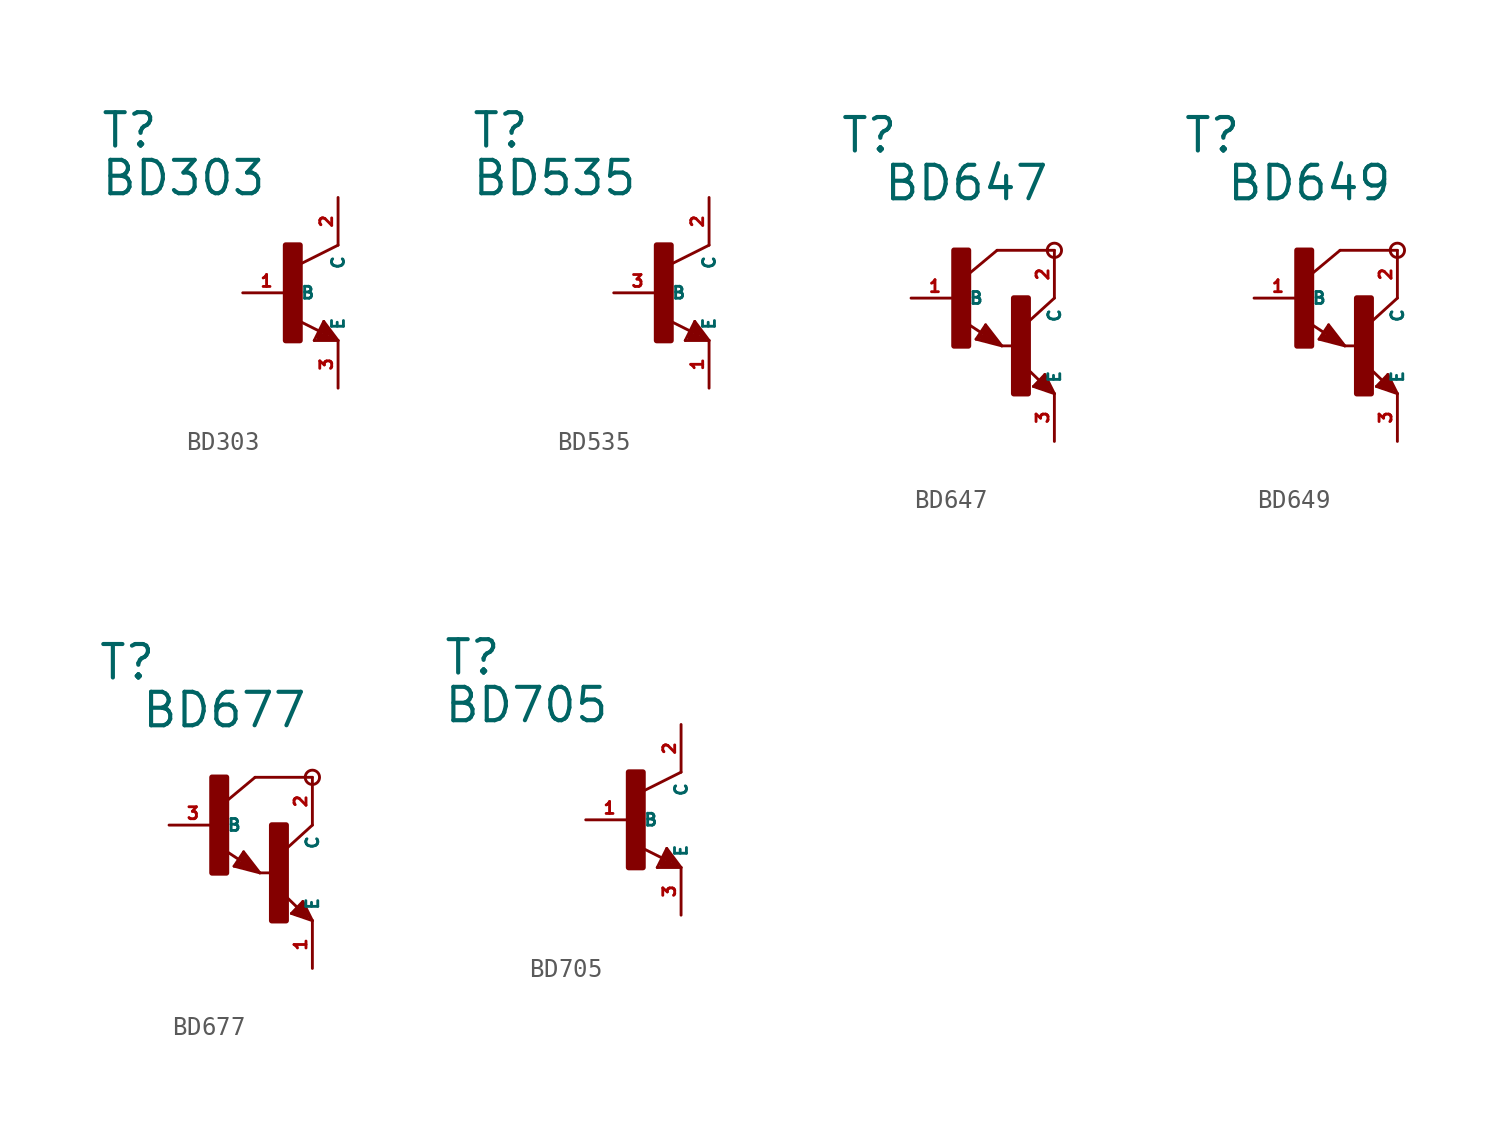
<source format=kicad_sym>
(kicad_symbol_lib
  (version 20220914)
  (generator Eagle2Kicad)
  (symbol "BD303"
    (property "Reference" "T"
      (at -10.16 7.62 0)
      (effects (font (size 1.778 1.778) (thickness 0.22)) (justify left bottom)))
    (property "Value" "BD303"
      (at -10.16 5.08 0)
      (effects (font (size 1.778 1.778) (thickness 0.22)) (justify left bottom)))
    (polyline
      (pts (xy 2.54 2.54) (xy 0.508 1.524))
      (stroke (width 0.152) (type default))
      (fill (type none)))
    (polyline
      (pts (xy 1.778 -1.524) (xy 2.54 -2.54))
      (stroke (width 0.152) (type default))
      (fill (type none)))
    (polyline
      (pts (xy 2.54 -2.54) (xy 1.27 -2.54))
      (stroke (width 0.152) (type default))
      (fill (type none)))
    (polyline
      (pts (xy 1.27 -2.54) (xy 1.778 -1.524))
      (stroke (width 0.152) (type default))
      (fill (type none)))
    (polyline
      (pts (xy 1.54 -2.04) (xy 0.308 -1.424))
      (stroke (width 0.152) (type default))
      (fill (type none)))
    (polyline
      (pts (xy 1.524 -2.413) (xy 2.286 -2.413))
      (stroke (width 0.254) (type default))
      (fill (type none)))
    (polyline
      (pts (xy 2.286 -2.413) (xy 1.778 -1.778))
      (stroke (width 0.254) (type default))
      (fill (type none)))
    (polyline
      (pts (xy 1.778 -1.778) (xy 1.524 -2.286))
      (stroke (width 0.254) (type default))
      (fill (type none)))
    (polyline
      (pts (xy 1.524 -2.286) (xy 1.905 -2.286))
      (stroke (width 0.254) (type default))
      (fill (type none)))
    (polyline
      (pts (xy 1.905 -2.286) (xy 1.778 -2.032))
      (stroke (width 0.254) (type default))
      (fill (type none)))
    (rectangle
      (start -0.254 -2.54)
      (end 0.508 2.54)
      (stroke (width 0.3) (type default))
      (fill (type outline)))
    (pin passive line
      (at -2.54 0 0)
      (length 2.54)
      (name "B" (effects (font (size 0.635 0.635) (thickness 0.08)) (justify left bottom)))
      (number "1" (effects (font (size 0.635 0.635) (thickness 0.08)) (justify left bottom))))
    (pin passive line
      (at 2.54 -5.08 90)
      (length 2.54)
      (name "E" (effects (font (size 0.635 0.635) (thickness 0.08)) (justify left bottom)))
      (number "3" (effects (font (size 0.635 0.635) (thickness 0.08)) (justify left bottom))))
    (pin passive line
      (at 2.54 5.08 270)
      (length 2.54)
      (name "C" (effects (font (size 0.635 0.635) (thickness 0.08)) (justify left bottom)))
      (number "2" (effects (font (size 0.635 0.635) (thickness 0.08)) (justify left bottom)))))
  (symbol "BD535"
    (property "Reference" "T"
      (at -10.16 7.62 0)
      (effects (font (size 1.778 1.778) (thickness 0.22)) (justify left bottom)))
    (property "Value" "BD535"
      (at -10.16 5.08 0)
      (effects (font (size 1.778 1.778) (thickness 0.22)) (justify left bottom)))
    (polyline
      (pts (xy 2.54 2.54) (xy 0.508 1.524))
      (stroke (width 0.152) (type default))
      (fill (type none)))
    (polyline
      (pts (xy 1.778 -1.524) (xy 2.54 -2.54))
      (stroke (width 0.152) (type default))
      (fill (type none)))
    (polyline
      (pts (xy 2.54 -2.54) (xy 1.27 -2.54))
      (stroke (width 0.152) (type default))
      (fill (type none)))
    (polyline
      (pts (xy 1.27 -2.54) (xy 1.778 -1.524))
      (stroke (width 0.152) (type default))
      (fill (type none)))
    (polyline
      (pts (xy 1.54 -2.04) (xy 0.308 -1.424))
      (stroke (width 0.152) (type default))
      (fill (type none)))
    (polyline
      (pts (xy 1.524 -2.413) (xy 2.286 -2.413))
      (stroke (width 0.254) (type default))
      (fill (type none)))
    (polyline
      (pts (xy 2.286 -2.413) (xy 1.778 -1.778))
      (stroke (width 0.254) (type default))
      (fill (type none)))
    (polyline
      (pts (xy 1.778 -1.778) (xy 1.524 -2.286))
      (stroke (width 0.254) (type default))
      (fill (type none)))
    (polyline
      (pts (xy 1.524 -2.286) (xy 1.905 -2.286))
      (stroke (width 0.254) (type default))
      (fill (type none)))
    (polyline
      (pts (xy 1.905 -2.286) (xy 1.778 -2.032))
      (stroke (width 0.254) (type default))
      (fill (type none)))
    (rectangle
      (start -0.254 -2.54)
      (end 0.508 2.54)
      (stroke (width 0.3) (type default))
      (fill (type outline)))
    (pin passive line
      (at -2.54 0 0)
      (length 2.54)
      (name "B" (effects (font (size 0.635 0.635) (thickness 0.08)) (justify left bottom)))
      (number "3" (effects (font (size 0.635 0.635) (thickness 0.08)) (justify left bottom))))
    (pin passive line
      (at 2.54 -5.08 90)
      (length 2.54)
      (name "E" (effects (font (size 0.635 0.635) (thickness 0.08)) (justify left bottom)))
      (number "1" (effects (font (size 0.635 0.635) (thickness 0.08)) (justify left bottom))))
    (pin passive line
      (at 2.54 5.08 270)
      (length 2.54)
      (name "C" (effects (font (size 0.635 0.635) (thickness 0.08)) (justify left bottom)))
      (number "2" (effects (font (size 0.635 0.635) (thickness 0.08)) (justify left bottom)))))
  (symbol "BD647"
    (property "Reference" "T"
      (at -6.35 7.62 0)
      (effects (font (size 1.778 1.778) (thickness 0.22)) (justify left bottom)))
    (property "Value" "BD647"
      (at -4.064 5.08 0)
      (effects (font (size 1.778 1.778) (thickness 0.22)) (justify left bottom)))
    (polyline
      (pts (xy 5.08 2.54) (xy 2.032 2.54))
      (stroke (width 0.152) (type default))
      (fill (type none)))
    (polyline
      (pts (xy 1.424 -1.424) (xy 2.286 -2.54))
      (stroke (width 0.152) (type default))
      (fill (type none)))
    (polyline
      (pts (xy 2.921 -2.54) (xy 2.286 -2.54))
      (stroke (width 0.152) (type default))
      (fill (type none)))
    (polyline
      (pts (xy 0.916 -2.186) (xy 1.424 -1.424))
      (stroke (width 0.152) (type default))
      (fill (type none)))
    (polyline
      (pts (xy 2.286 -2.54) (xy 0.916 -2.186))
      (stroke (width 0.152) (type default))
      (fill (type none)))
    (polyline
      (pts (xy 2.032 2.54) (xy 0.508 1.27))
      (stroke (width 0.152) (type default))
      (fill (type none)))
    (polyline
      (pts (xy 5.08 0) (xy 3.683 -1.27))
      (stroke (width 0.152) (type default))
      (fill (type none)))
    (polyline
      (pts (xy 5.08 -5.08) (xy 3.964 -4.699))
      (stroke (width 0.152) (type default))
      (fill (type none)))
    (polyline
      (pts (xy 4.572 -4.064) (xy 5.08 -5.08))
      (stroke (width 0.152) (type default))
      (fill (type none)))
    (polyline
      (pts (xy 3.964 -4.699) (xy 4.572 -4.064))
      (stroke (width 0.152) (type default))
      (fill (type none)))
    (polyline
      (pts (xy 1.186 -1.84) (xy 0.208 -1.197))
      (stroke (width 0.152) (type default))
      (fill (type none)))
    (polyline
      (pts (xy 4.28 -4.38) (xy 3.483 -3.61))
      (stroke (width 0.152) (type default))
      (fill (type none)))
    (polyline
      (pts (xy 2.159 -2.413) (xy 1.397 -1.524))
      (stroke (width 0.127) (type default))
      (fill (type none)))
    (polyline
      (pts (xy 1.397 -1.524) (xy 1.016 -2.159))
      (stroke (width 0.127) (type default))
      (fill (type none)))
    (polyline
      (pts (xy 1.016 -2.159) (xy 2.032 -2.413))
      (stroke (width 0.127) (type default))
      (fill (type none)))
    (polyline
      (pts (xy 2.032 -2.413) (xy 1.397 -1.651))
      (stroke (width 0.127) (type default))
      (fill (type none)))
    (polyline
      (pts (xy 1.397 -1.651) (xy 1.143 -2.032))
      (stroke (width 0.127) (type default))
      (fill (type none)))
    (polyline
      (pts (xy 1.143 -2.032) (xy 1.905 -2.286))
      (stroke (width 0.254) (type default))
      (fill (type none)))
    (polyline
      (pts (xy 1.905 -2.286) (xy 1.397 -1.778))
      (stroke (width 0.254) (type default))
      (fill (type none)))
    (polyline
      (pts (xy 1.397 -1.778) (xy 1.397 -1.905))
      (stroke (width 0.254) (type default))
      (fill (type none)))
    (polyline
      (pts (xy 4.953 -4.953) (xy 4.572 -4.191))
      (stroke (width 0.127) (type default))
      (fill (type none)))
    (polyline
      (pts (xy 4.572 -4.191) (xy 4.064 -4.699))
      (stroke (width 0.127) (type default))
      (fill (type none)))
    (polyline
      (pts (xy 4.064 -4.699) (xy 4.826 -4.953))
      (stroke (width 0.127) (type default))
      (fill (type none)))
    (polyline
      (pts (xy 4.826 -4.953) (xy 4.572 -4.318))
      (stroke (width 0.127) (type default))
      (fill (type none)))
    (polyline
      (pts (xy 4.572 -4.318) (xy 4.191 -4.699))
      (stroke (width 0.254) (type default))
      (fill (type none)))
    (polyline
      (pts (xy 4.191 -4.699) (xy 4.699 -4.826))
      (stroke (width 0.254) (type default))
      (fill (type none)))
    (polyline
      (pts (xy 4.699 -4.826) (xy 4.572 -4.572))
      (stroke (width 0.254) (type default))
      (fill (type none)))
    (polyline
      (pts (xy 4.572 -4.572) (xy 4.445 -4.572))
      (stroke (width 0.254) (type default))
      (fill (type none)))
    (circle
      (center 5.08 2.54)
      (radius 0.381)
      (stroke (width 0) (type default))
      (fill (type none)))
    (rectangle
      (start -0.254 -2.54)
      (end 0.508 2.54)
      (stroke (width 0.3) (type default))
      (fill (type outline)))
    (rectangle
      (start 2.921 -5.08)
      (end 3.683 0)
      (stroke (width 0.3) (type default))
      (fill (type outline)))
    (pin passive line
      (at -2.54 0 0)
      (length 2.54)
      (name "B" (effects (font (size 0.635 0.635) (thickness 0.08)) (justify left bottom)))
      (number "1" (effects (font (size 0.635 0.635) (thickness 0.08)) (justify left bottom))))
    (pin passive line
      (at 5.08 -7.62 90)
      (length 2.54)
      (name "E" (effects (font (size 0.635 0.635) (thickness 0.08)) (justify left bottom)))
      (number "3" (effects (font (size 0.635 0.635) (thickness 0.08)) (justify left bottom))))
    (pin passive line
      (at 5.08 2.54 270)
      (length 2.54)
      (name "C" (effects (font (size 0.635 0.635) (thickness 0.08)) (justify left bottom)))
      (number "2" (effects (font (size 0.635 0.635) (thickness 0.08)) (justify left bottom)))))
  (symbol "BD649"
    (property "Reference" "T"
      (at -6.35 7.62 0)
      (effects (font (size 1.778 1.778) (thickness 0.22)) (justify left bottom)))
    (property "Value" "BD649"
      (at -4.064 5.08 0)
      (effects (font (size 1.778 1.778) (thickness 0.22)) (justify left bottom)))
    (polyline
      (pts (xy 5.08 2.54) (xy 2.032 2.54))
      (stroke (width 0.152) (type default))
      (fill (type none)))
    (polyline
      (pts (xy 1.424 -1.424) (xy 2.286 -2.54))
      (stroke (width 0.152) (type default))
      (fill (type none)))
    (polyline
      (pts (xy 2.921 -2.54) (xy 2.286 -2.54))
      (stroke (width 0.152) (type default))
      (fill (type none)))
    (polyline
      (pts (xy 0.916 -2.186) (xy 1.424 -1.424))
      (stroke (width 0.152) (type default))
      (fill (type none)))
    (polyline
      (pts (xy 2.286 -2.54) (xy 0.916 -2.186))
      (stroke (width 0.152) (type default))
      (fill (type none)))
    (polyline
      (pts (xy 2.032 2.54) (xy 0.508 1.27))
      (stroke (width 0.152) (type default))
      (fill (type none)))
    (polyline
      (pts (xy 5.08 0) (xy 3.683 -1.27))
      (stroke (width 0.152) (type default))
      (fill (type none)))
    (polyline
      (pts (xy 5.08 -5.08) (xy 3.964 -4.699))
      (stroke (width 0.152) (type default))
      (fill (type none)))
    (polyline
      (pts (xy 4.572 -4.064) (xy 5.08 -5.08))
      (stroke (width 0.152) (type default))
      (fill (type none)))
    (polyline
      (pts (xy 3.964 -4.699) (xy 4.572 -4.064))
      (stroke (width 0.152) (type default))
      (fill (type none)))
    (polyline
      (pts (xy 1.186 -1.84) (xy 0.208 -1.197))
      (stroke (width 0.152) (type default))
      (fill (type none)))
    (polyline
      (pts (xy 4.28 -4.38) (xy 3.483 -3.61))
      (stroke (width 0.152) (type default))
      (fill (type none)))
    (polyline
      (pts (xy 2.159 -2.413) (xy 1.397 -1.524))
      (stroke (width 0.127) (type default))
      (fill (type none)))
    (polyline
      (pts (xy 1.397 -1.524) (xy 1.016 -2.159))
      (stroke (width 0.127) (type default))
      (fill (type none)))
    (polyline
      (pts (xy 1.016 -2.159) (xy 2.032 -2.413))
      (stroke (width 0.127) (type default))
      (fill (type none)))
    (polyline
      (pts (xy 2.032 -2.413) (xy 1.397 -1.651))
      (stroke (width 0.127) (type default))
      (fill (type none)))
    (polyline
      (pts (xy 1.397 -1.651) (xy 1.143 -2.032))
      (stroke (width 0.127) (type default))
      (fill (type none)))
    (polyline
      (pts (xy 1.143 -2.032) (xy 1.905 -2.286))
      (stroke (width 0.254) (type default))
      (fill (type none)))
    (polyline
      (pts (xy 1.905 -2.286) (xy 1.397 -1.778))
      (stroke (width 0.254) (type default))
      (fill (type none)))
    (polyline
      (pts (xy 1.397 -1.778) (xy 1.397 -1.905))
      (stroke (width 0.254) (type default))
      (fill (type none)))
    (polyline
      (pts (xy 4.953 -4.953) (xy 4.572 -4.191))
      (stroke (width 0.127) (type default))
      (fill (type none)))
    (polyline
      (pts (xy 4.572 -4.191) (xy 4.064 -4.699))
      (stroke (width 0.127) (type default))
      (fill (type none)))
    (polyline
      (pts (xy 4.064 -4.699) (xy 4.826 -4.953))
      (stroke (width 0.127) (type default))
      (fill (type none)))
    (polyline
      (pts (xy 4.826 -4.953) (xy 4.572 -4.318))
      (stroke (width 0.127) (type default))
      (fill (type none)))
    (polyline
      (pts (xy 4.572 -4.318) (xy 4.191 -4.699))
      (stroke (width 0.254) (type default))
      (fill (type none)))
    (polyline
      (pts (xy 4.191 -4.699) (xy 4.699 -4.826))
      (stroke (width 0.254) (type default))
      (fill (type none)))
    (polyline
      (pts (xy 4.699 -4.826) (xy 4.572 -4.572))
      (stroke (width 0.254) (type default))
      (fill (type none)))
    (polyline
      (pts (xy 4.572 -4.572) (xy 4.445 -4.572))
      (stroke (width 0.254) (type default))
      (fill (type none)))
    (circle
      (center 5.08 2.54)
      (radius 0.381)
      (stroke (width 0) (type default))
      (fill (type none)))
    (rectangle
      (start -0.254 -2.54)
      (end 0.508 2.54)
      (stroke (width 0.3) (type default))
      (fill (type outline)))
    (rectangle
      (start 2.921 -5.08)
      (end 3.683 0)
      (stroke (width 0.3) (type default))
      (fill (type outline)))
    (pin passive line
      (at -2.54 0 0)
      (length 2.54)
      (name "B" (effects (font (size 0.635 0.635) (thickness 0.08)) (justify left bottom)))
      (number "1" (effects (font (size 0.635 0.635) (thickness 0.08)) (justify left bottom))))
    (pin passive line
      (at 5.08 -7.62 90)
      (length 2.54)
      (name "E" (effects (font (size 0.635 0.635) (thickness 0.08)) (justify left bottom)))
      (number "3" (effects (font (size 0.635 0.635) (thickness 0.08)) (justify left bottom))))
    (pin passive line
      (at 5.08 2.54 270)
      (length 2.54)
      (name "C" (effects (font (size 0.635 0.635) (thickness 0.08)) (justify left bottom)))
      (number "2" (effects (font (size 0.635 0.635) (thickness 0.08)) (justify left bottom)))))
  (symbol "BD677"
    (property "Reference" "T"
      (at -6.35 7.62 0)
      (effects (font (size 1.778 1.778) (thickness 0.22)) (justify left bottom)))
    (property "Value" "BD677"
      (at -4.064 5.08 0)
      (effects (font (size 1.778 1.778) (thickness 0.22)) (justify left bottom)))
    (polyline
      (pts (xy 5.08 2.54) (xy 2.032 2.54))
      (stroke (width 0.152) (type default))
      (fill (type none)))
    (polyline
      (pts (xy 1.424 -1.424) (xy 2.286 -2.54))
      (stroke (width 0.152) (type default))
      (fill (type none)))
    (polyline
      (pts (xy 2.921 -2.54) (xy 2.286 -2.54))
      (stroke (width 0.152) (type default))
      (fill (type none)))
    (polyline
      (pts (xy 0.916 -2.186) (xy 1.424 -1.424))
      (stroke (width 0.152) (type default))
      (fill (type none)))
    (polyline
      (pts (xy 2.286 -2.54) (xy 0.916 -2.186))
      (stroke (width 0.152) (type default))
      (fill (type none)))
    (polyline
      (pts (xy 2.032 2.54) (xy 0.508 1.27))
      (stroke (width 0.152) (type default))
      (fill (type none)))
    (polyline
      (pts (xy 5.08 0) (xy 3.683 -1.27))
      (stroke (width 0.152) (type default))
      (fill (type none)))
    (polyline
      (pts (xy 5.08 -5.08) (xy 3.964 -4.699))
      (stroke (width 0.152) (type default))
      (fill (type none)))
    (polyline
      (pts (xy 4.572 -4.064) (xy 5.08 -5.08))
      (stroke (width 0.152) (type default))
      (fill (type none)))
    (polyline
      (pts (xy 3.964 -4.699) (xy 4.572 -4.064))
      (stroke (width 0.152) (type default))
      (fill (type none)))
    (polyline
      (pts (xy 1.186 -1.84) (xy 0.208 -1.197))
      (stroke (width 0.152) (type default))
      (fill (type none)))
    (polyline
      (pts (xy 4.28 -4.38) (xy 3.483 -3.61))
      (stroke (width 0.152) (type default))
      (fill (type none)))
    (polyline
      (pts (xy 2.159 -2.413) (xy 1.397 -1.524))
      (stroke (width 0.127) (type default))
      (fill (type none)))
    (polyline
      (pts (xy 1.397 -1.524) (xy 1.016 -2.159))
      (stroke (width 0.127) (type default))
      (fill (type none)))
    (polyline
      (pts (xy 1.016 -2.159) (xy 2.032 -2.413))
      (stroke (width 0.127) (type default))
      (fill (type none)))
    (polyline
      (pts (xy 2.032 -2.413) (xy 1.397 -1.651))
      (stroke (width 0.127) (type default))
      (fill (type none)))
    (polyline
      (pts (xy 1.397 -1.651) (xy 1.143 -2.032))
      (stroke (width 0.127) (type default))
      (fill (type none)))
    (polyline
      (pts (xy 1.143 -2.032) (xy 1.905 -2.286))
      (stroke (width 0.254) (type default))
      (fill (type none)))
    (polyline
      (pts (xy 1.905 -2.286) (xy 1.397 -1.778))
      (stroke (width 0.254) (type default))
      (fill (type none)))
    (polyline
      (pts (xy 1.397 -1.778) (xy 1.397 -1.905))
      (stroke (width 0.254) (type default))
      (fill (type none)))
    (polyline
      (pts (xy 4.953 -4.953) (xy 4.572 -4.191))
      (stroke (width 0.127) (type default))
      (fill (type none)))
    (polyline
      (pts (xy 4.572 -4.191) (xy 4.064 -4.699))
      (stroke (width 0.127) (type default))
      (fill (type none)))
    (polyline
      (pts (xy 4.064 -4.699) (xy 4.826 -4.953))
      (stroke (width 0.127) (type default))
      (fill (type none)))
    (polyline
      (pts (xy 4.826 -4.953) (xy 4.572 -4.318))
      (stroke (width 0.127) (type default))
      (fill (type none)))
    (polyline
      (pts (xy 4.572 -4.318) (xy 4.191 -4.699))
      (stroke (width 0.254) (type default))
      (fill (type none)))
    (polyline
      (pts (xy 4.191 -4.699) (xy 4.699 -4.826))
      (stroke (width 0.254) (type default))
      (fill (type none)))
    (polyline
      (pts (xy 4.699 -4.826) (xy 4.572 -4.572))
      (stroke (width 0.254) (type default))
      (fill (type none)))
    (polyline
      (pts (xy 4.572 -4.572) (xy 4.445 -4.572))
      (stroke (width 0.254) (type default))
      (fill (type none)))
    (circle
      (center 5.08 2.54)
      (radius 0.381)
      (stroke (width 0) (type default))
      (fill (type none)))
    (rectangle
      (start -0.254 -2.54)
      (end 0.508 2.54)
      (stroke (width 0.3) (type default))
      (fill (type outline)))
    (rectangle
      (start 2.921 -5.08)
      (end 3.683 0)
      (stroke (width 0.3) (type default))
      (fill (type outline)))
    (pin passive line
      (at -2.54 0 0)
      (length 2.54)
      (name "B" (effects (font (size 0.635 0.635) (thickness 0.08)) (justify left bottom)))
      (number "3" (effects (font (size 0.635 0.635) (thickness 0.08)) (justify left bottom))))
    (pin passive line
      (at 5.08 -7.62 90)
      (length 2.54)
      (name "E" (effects (font (size 0.635 0.635) (thickness 0.08)) (justify left bottom)))
      (number "1" (effects (font (size 0.635 0.635) (thickness 0.08)) (justify left bottom))))
    (pin passive line
      (at 5.08 2.54 270)
      (length 2.54)
      (name "C" (effects (font (size 0.635 0.635) (thickness 0.08)) (justify left bottom)))
      (number "2" (effects (font (size 0.635 0.635) (thickness 0.08)) (justify left bottom)))))
  (symbol "BD705"
    (property "Reference" "T"
      (at -10.16 7.62 0)
      (effects (font (size 1.778 1.778) (thickness 0.22)) (justify left bottom)))
    (property "Value" "BD705"
      (at -10.16 5.08 0)
      (effects (font (size 1.778 1.778) (thickness 0.22)) (justify left bottom)))
    (polyline
      (pts (xy 2.54 2.54) (xy 0.508 1.524))
      (stroke (width 0.152) (type default))
      (fill (type none)))
    (polyline
      (pts (xy 1.778 -1.524) (xy 2.54 -2.54))
      (stroke (width 0.152) (type default))
      (fill (type none)))
    (polyline
      (pts (xy 2.54 -2.54) (xy 1.27 -2.54))
      (stroke (width 0.152) (type default))
      (fill (type none)))
    (polyline
      (pts (xy 1.27 -2.54) (xy 1.778 -1.524))
      (stroke (width 0.152) (type default))
      (fill (type none)))
    (polyline
      (pts (xy 1.54 -2.04) (xy 0.308 -1.424))
      (stroke (width 0.152) (type default))
      (fill (type none)))
    (polyline
      (pts (xy 1.524 -2.413) (xy 2.286 -2.413))
      (stroke (width 0.254) (type default))
      (fill (type none)))
    (polyline
      (pts (xy 2.286 -2.413) (xy 1.778 -1.778))
      (stroke (width 0.254) (type default))
      (fill (type none)))
    (polyline
      (pts (xy 1.778 -1.778) (xy 1.524 -2.286))
      (stroke (width 0.254) (type default))
      (fill (type none)))
    (polyline
      (pts (xy 1.524 -2.286) (xy 1.905 -2.286))
      (stroke (width 0.254) (type default))
      (fill (type none)))
    (polyline
      (pts (xy 1.905 -2.286) (xy 1.778 -2.032))
      (stroke (width 0.254) (type default))
      (fill (type none)))
    (rectangle
      (start -0.254 -2.54)
      (end 0.508 2.54)
      (stroke (width 0.3) (type default))
      (fill (type outline)))
    (pin passive line
      (at -2.54 0 0)
      (length 2.54)
      (name "B" (effects (font (size 0.635 0.635) (thickness 0.08)) (justify left bottom)))
      (number "1" (effects (font (size 0.635 0.635) (thickness 0.08)) (justify left bottom))))
    (pin passive line
      (at 2.54 -5.08 90)
      (length 2.54)
      (name "E" (effects (font (size 0.635 0.635) (thickness 0.08)) (justify left bottom)))
      (number "3" (effects (font (size 0.635 0.635) (thickness 0.08)) (justify left bottom))))
    (pin passive line
      (at 2.54 5.08 270)
      (length 2.54)
      (name "C" (effects (font (size 0.635 0.635) (thickness 0.08)) (justify left bottom)))
      (number "2" (effects (font (size 0.635 0.635) (thickness 0.08)) (justify left bottom))))))
</source>
